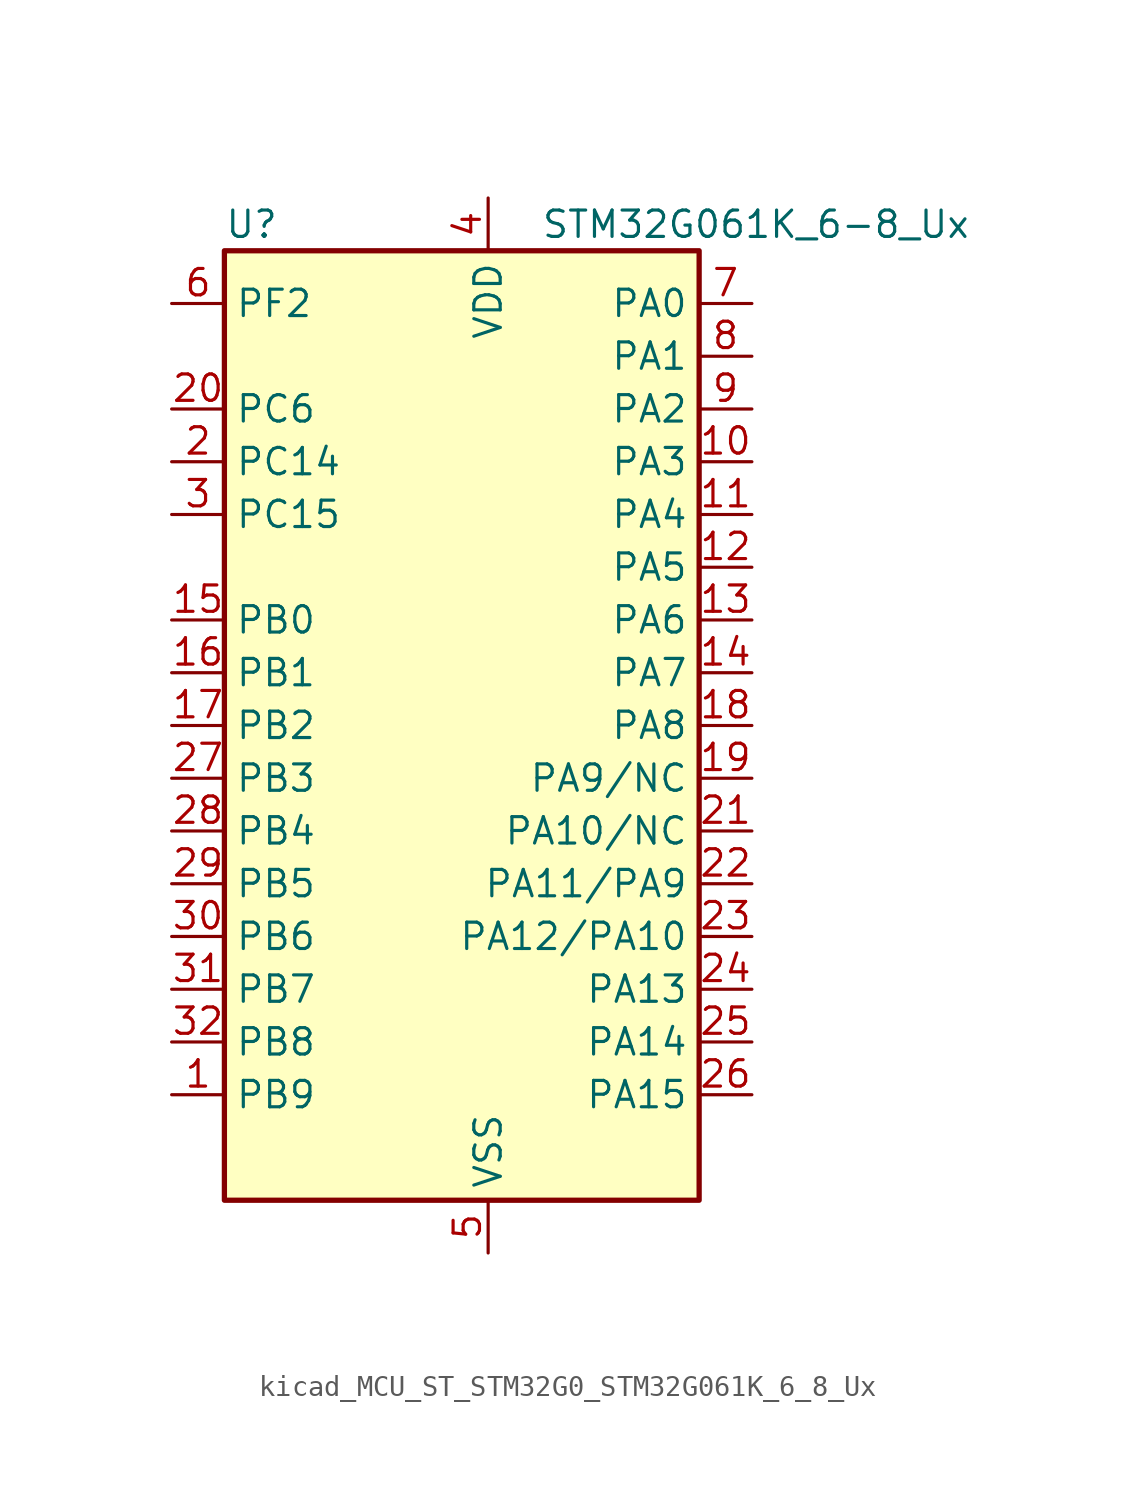
<source format=kicad_sym>
(kicad_symbol_lib
  (version 20220914)
  (generator kicad_symbol_editor)
  (symbol "kicad_MCU_ST_STM32G0_STM32G061K_6_8_Ux"
    (property "Reference" "U"
      (at -10.16 24.13 0)
      (effects (font (size 1.27 1.27)) (justify left)))
    (property "Value" "STM32G061K_6-8_Ux"
      (at 5.08 24.13 0)
      (effects (font (size 1.27 1.27)) (justify left)))
    (property "ki_locked" ""
      (at 0 0 0)
      (effects (font (size 1.27 1.27))))
    (symbol "kicad_MCU_ST_STM32G0_STM32G061K_6_8_Ux_0_1"
      (rectangle (start -10.16 -22.86) (end 12.7 22.86) (stroke (width 0.254) (type default)) (fill (type background))))
    (symbol "kicad_MCU_ST_STM32G0_STM32G061K_6_8_Ux_1_1"
      (pin bidirectional line (at -12.7 -17.78 0) (length 2.54) (name "PB9" (effects (font (size 1.27 1.27)))) (number "1" (effects (font (size 1.27 1.27)))) (alternate "DAC1_EXTI9" bidirectional line) (alternate "I2C1_SDA" bidirectional line) (alternate "IR_OUT" bidirectional line) (alternate "SPI2_NSS" bidirectional line) (alternate "TIM17_CH1" bidirectional line))
      (pin bidirectional line (at 15.24 12.7 180) (length 2.54) (name "PA3" (effects (font (size 1.27 1.27)))) (number "10" (effects (font (size 1.27 1.27)))) (alternate "ADC1_IN3" bidirectional line) (alternate "COMP2_INP" bidirectional line) (alternate "LPUART1_RX" bidirectional line) (alternate "SPI2_MISO" bidirectional line) (alternate "TIM15_CH2" bidirectional line) (alternate "TIM2_CH4" bidirectional line) (alternate "USART2_RX" bidirectional line))
      (pin bidirectional line (at 15.24 10.16 180) (length 2.54) (name "PA4" (effects (font (size 1.27 1.27)))) (number "11" (effects (font (size 1.27 1.27)))) (alternate "ADC1_IN4" bidirectional line) (alternate "DAC1_OUT1" bidirectional line) (alternate "I2S1_WS" bidirectional line) (alternate "LPTIM2_OUT" bidirectional line) (alternate "RTC_OUT1" bidirectional line) (alternate "RTC_TAMP_IN1" bidirectional line) (alternate "RTC_TS" bidirectional line) (alternate "SPI1_NSS" bidirectional line) (alternate "SPI2_MOSI" bidirectional line) (alternate "SYS_WKUP2" bidirectional line) (alternate "TIM14_CH1" bidirectional line))
      (pin bidirectional line (at 15.24 7.62 180) (length 2.54) (name "PA5" (effects (font (size 1.27 1.27)))) (number "12" (effects (font (size 1.27 1.27)))) (alternate "ADC1_IN5" bidirectional line) (alternate "DAC1_OUT2" bidirectional line) (alternate "I2S1_CK" bidirectional line) (alternate "LPTIM2_ETR" bidirectional line) (alternate "SPI1_SCK" bidirectional line) (alternate "TIM2_CH1" bidirectional line) (alternate "TIM2_ETR" bidirectional line))
      (pin bidirectional line (at 15.24 5.08 180) (length 2.54) (name "PA6" (effects (font (size 1.27 1.27)))) (number "13" (effects (font (size 1.27 1.27)))) (alternate "ADC1_IN6" bidirectional line) (alternate "COMP1_OUT" bidirectional line) (alternate "I2S1_MCK" bidirectional line) (alternate "LPUART1_CTS" bidirectional line) (alternate "SPI1_MISO" bidirectional line) (alternate "TIM16_CH1" bidirectional line) (alternate "TIM1_BK" bidirectional line) (alternate "TIM3_CH1" bidirectional line))
      (pin bidirectional line (at 15.24 2.54 180) (length 2.54) (name "PA7" (effects (font (size 1.27 1.27)))) (number "14" (effects (font (size 1.27 1.27)))) (alternate "ADC1_IN7" bidirectional line) (alternate "COMP2_OUT" bidirectional line) (alternate "I2S1_SD" bidirectional line) (alternate "SPI1_MOSI" bidirectional line) (alternate "TIM14_CH1" bidirectional line) (alternate "TIM17_CH1" bidirectional line) (alternate "TIM1_CH1N" bidirectional line) (alternate "TIM3_CH2" bidirectional line))
      (pin bidirectional line (at -12.7 5.08 0) (length 2.54) (name "PB0" (effects (font (size 1.27 1.27)))) (number "15" (effects (font (size 1.27 1.27)))) (alternate "ADC1_IN8" bidirectional line) (alternate "COMP1_OUT" bidirectional line) (alternate "I2S1_WS" bidirectional line) (alternate "LPTIM1_OUT" bidirectional line) (alternate "SPI1_NSS" bidirectional line) (alternate "TIM1_CH2N" bidirectional line) (alternate "TIM3_CH3" bidirectional line))
      (pin bidirectional line (at -12.7 2.54 0) (length 2.54) (name "PB1" (effects (font (size 1.27 1.27)))) (number "16" (effects (font (size 1.27 1.27)))) (alternate "ADC1_IN9" bidirectional line) (alternate "COMP1_INM" bidirectional line) (alternate "LPTIM2_IN1" bidirectional line) (alternate "LPUART1_DE" bidirectional line) (alternate "LPUART1_RTS" bidirectional line) (alternate "TIM14_CH1" bidirectional line) (alternate "TIM1_CH3N" bidirectional line) (alternate "TIM3_CH4" bidirectional line))
      (pin bidirectional line (at -12.7 0 0) (length 2.54) (name "PB2" (effects (font (size 1.27 1.27)))) (number "17" (effects (font (size 1.27 1.27)))) (alternate "ADC1_IN10" bidirectional line) (alternate "COMP1_INP" bidirectional line) (alternate "LPTIM1_OUT" bidirectional line) (alternate "SPI2_MISO" bidirectional line))
      (pin bidirectional line (at 15.24 0 180) (length 2.54) (name "PA8" (effects (font (size 1.27 1.27)))) (number "18" (effects (font (size 1.27 1.27)))) (alternate "LPTIM2_OUT" bidirectional line) (alternate "RCC_MCO" bidirectional line) (alternate "SPI2_NSS" bidirectional line) (alternate "TIM1_CH1" bidirectional line))
      (pin bidirectional line (at 15.24 -2.54 180) (length 2.54) (name "PA9/NC" (effects (font (size 1.27 1.27)))) (number "19" (effects (font (size 1.27 1.27)))) (alternate "DAC1_EXTI9" bidirectional line) (alternate "I2C1_SCL" bidirectional line) (alternate "RCC_MCO" bidirectional line) (alternate "SPI2_MISO" bidirectional line) (alternate "TIM15_BK" bidirectional line) (alternate "TIM1_CH2" bidirectional line) (alternate "USART1_TX" bidirectional line))
      (pin bidirectional line (at -12.7 12.7 0) (length 2.54) (name "PC14" (effects (font (size 1.27 1.27)))) (number "2" (effects (font (size 1.27 1.27)))) (alternate "RCC_OSC32_IN" bidirectional line) (alternate "RCC_OSC_IN" bidirectional line) (alternate "TIM1_BK2" bidirectional line))
      (pin bidirectional line (at -12.7 15.24 0) (length 2.54) (name "PC6" (effects (font (size 1.27 1.27)))) (number "20" (effects (font (size 1.27 1.27)))) (alternate "TIM2_CH3" bidirectional line) (alternate "TIM3_CH1" bidirectional line))
      (pin bidirectional line (at 15.24 -5.08 180) (length 2.54) (name "PA10/NC" (effects (font (size 1.27 1.27)))) (number "21" (effects (font (size 1.27 1.27)))) (alternate "I2C1_SDA" bidirectional line) (alternate "SPI2_MOSI" bidirectional line) (alternate "TIM17_BK" bidirectional line) (alternate "TIM1_CH3" bidirectional line) (alternate "USART1_RX" bidirectional line))
      (pin bidirectional line (at 15.24 -7.62 180) (length 2.54) (name "PA11/PA9" (effects (font (size 1.27 1.27)))) (number "22" (effects (font (size 1.27 1.27)))) (alternate "ADC1_EXTI11" bidirectional line) (alternate "ADC1_IN15" bidirectional line) (alternate "COMP1_OUT" bidirectional line) (alternate "I2C2_SCL" bidirectional line) (alternate "I2S1_MCK" bidirectional line) (alternate "SPI1_MISO" bidirectional line) (alternate "TIM1_BK2" bidirectional line) (alternate "TIM1_CH4" bidirectional line) (alternate "USART1_CTS" bidirectional line) (alternate "USART1_NSS" bidirectional line))
      (pin bidirectional line (at 15.24 -10.16 180) (length 2.54) (name "PA12/PA10" (effects (font (size 1.27 1.27)))) (number "23" (effects (font (size 1.27 1.27)))) (alternate "ADC1_IN16" bidirectional line) (alternate "COMP2_OUT" bidirectional line) (alternate "I2C2_SDA" bidirectional line) (alternate "I2S1_SD" bidirectional line) (alternate "I2S_CKIN" bidirectional line) (alternate "SPI1_MOSI" bidirectional line) (alternate "TIM1_ETR" bidirectional line) (alternate "USART1_CK" bidirectional line) (alternate "USART1_DE" bidirectional line) (alternate "USART1_RTS" bidirectional line))
      (pin bidirectional line (at 15.24 -12.7 180) (length 2.54) (name "PA13" (effects (font (size 1.27 1.27)))) (number "24" (effects (font (size 1.27 1.27)))) (alternate "ADC1_IN17" bidirectional line) (alternate "IR_OUT" bidirectional line) (alternate "SYS_SWDIO" bidirectional line))
      (pin bidirectional line (at 15.24 -15.24 180) (length 2.54) (name "PA14" (effects (font (size 1.27 1.27)))) (number "25" (effects (font (size 1.27 1.27)))) (alternate "ADC1_IN18" bidirectional line) (alternate "SYS_SWCLK" bidirectional line) (alternate "USART2_TX" bidirectional line))
      (pin bidirectional line (at 15.24 -17.78 180) (length 2.54) (name "PA15" (effects (font (size 1.27 1.27)))) (number "26" (effects (font (size 1.27 1.27)))) (alternate "I2S1_WS" bidirectional line) (alternate "SPI1_NSS" bidirectional line) (alternate "TIM2_CH1" bidirectional line) (alternate "TIM2_ETR" bidirectional line) (alternate "USART2_RX" bidirectional line))
      (pin bidirectional line (at -12.7 -2.54 0) (length 2.54) (name "PB3" (effects (font (size 1.27 1.27)))) (number "27" (effects (font (size 1.27 1.27)))) (alternate "COMP2_INM" bidirectional line) (alternate "I2S1_CK" bidirectional line) (alternate "SPI1_SCK" bidirectional line) (alternate "TIM1_CH2" bidirectional line) (alternate "TIM2_CH2" bidirectional line) (alternate "USART1_CK" bidirectional line) (alternate "USART1_DE" bidirectional line) (alternate "USART1_RTS" bidirectional line))
      (pin bidirectional line (at -12.7 -5.08 0) (length 2.54) (name "PB4" (effects (font (size 1.27 1.27)))) (number "28" (effects (font (size 1.27 1.27)))) (alternate "COMP2_INP" bidirectional line) (alternate "I2S1_MCK" bidirectional line) (alternate "SPI1_MISO" bidirectional line) (alternate "TIM17_BK" bidirectional line) (alternate "TIM3_CH1" bidirectional line) (alternate "USART1_CTS" bidirectional line) (alternate "USART1_NSS" bidirectional line))
      (pin bidirectional line (at -12.7 -7.62 0) (length 2.54) (name "PB5" (effects (font (size 1.27 1.27)))) (number "29" (effects (font (size 1.27 1.27)))) (alternate "COMP2_OUT" bidirectional line) (alternate "I2C1_SMBA" bidirectional line) (alternate "I2S1_SD" bidirectional line) (alternate "LPTIM1_IN1" bidirectional line) (alternate "SPI1_MOSI" bidirectional line) (alternate "SYS_WKUP6" bidirectional line) (alternate "TIM16_BK" bidirectional line) (alternate "TIM3_CH2" bidirectional line))
      (pin bidirectional line (at -12.7 10.16 0) (length 2.54) (name "PC15" (effects (font (size 1.27 1.27)))) (number "3" (effects (font (size 1.27 1.27)))) (alternate "RCC_OSC32_EN" bidirectional line) (alternate "RCC_OSC32_OUT" bidirectional line) (alternate "RCC_OSC_EN" bidirectional line) (alternate "TIM15_BK" bidirectional line))
      (pin bidirectional line (at -12.7 -10.16 0) (length 2.54) (name "PB6" (effects (font (size 1.27 1.27)))) (number "30" (effects (font (size 1.27 1.27)))) (alternate "COMP2_INP" bidirectional line) (alternate "I2C1_SCL" bidirectional line) (alternate "LPTIM1_ETR" bidirectional line) (alternate "SPI2_MISO" bidirectional line) (alternate "TIM16_CH1N" bidirectional line) (alternate "TIM1_CH3" bidirectional line) (alternate "USART1_TX" bidirectional line))
      (pin bidirectional line (at -12.7 -12.7 0) (length 2.54) (name "PB7" (effects (font (size 1.27 1.27)))) (number "31" (effects (font (size 1.27 1.27)))) (alternate "ADC1_IN11" bidirectional line) (alternate "COMP2_INM" bidirectional line) (alternate "I2C1_SDA" bidirectional line) (alternate "LPTIM1_IN2" bidirectional line) (alternate "SPI2_MOSI" bidirectional line) (alternate "SYS_PVD_IN" bidirectional line) (alternate "TIM17_CH1N" bidirectional line) (alternate "USART1_RX" bidirectional line))
      (pin bidirectional line (at -12.7 -15.24 0) (length 2.54) (name "PB8" (effects (font (size 1.27 1.27)))) (number "32" (effects (font (size 1.27 1.27)))) (alternate "I2C1_SCL" bidirectional line) (alternate "SPI2_SCK" bidirectional line) (alternate "TIM15_BK" bidirectional line) (alternate "TIM16_CH1" bidirectional line))
      (pin passive line (at 2.54 -25.4 90) (length 2.54) hide (name "VSS" (effects (font (size 1.27 1.27)))) (number "33" (effects (font (size 1.27 1.27)))))
      (pin power_in line (at 2.54 25.4 270) (length 2.54) (name "VDD" (effects (font (size 1.27 1.27)))) (number "4" (effects (font (size 1.27 1.27)))))
      (pin power_in line (at 2.54 -25.4 90) (length 2.54) (name "VSS" (effects (font (size 1.27 1.27)))) (number "5" (effects (font (size 1.27 1.27)))))
      (pin bidirectional line (at -12.7 20.32 0) (length 2.54) (name "PF2" (effects (font (size 1.27 1.27)))) (number "6" (effects (font (size 1.27 1.27)))) (alternate "RCC_MCO" bidirectional line))
      (pin bidirectional line (at 15.24 20.32 180) (length 2.54) (name "PA0" (effects (font (size 1.27 1.27)))) (number "7" (effects (font (size 1.27 1.27)))) (alternate "ADC1_IN0" bidirectional line) (alternate "COMP1_INM" bidirectional line) (alternate "COMP1_OUT" bidirectional line) (alternate "LPTIM1_OUT" bidirectional line) (alternate "RTC_TAMP_IN2" bidirectional line) (alternate "SPI2_SCK" bidirectional line) (alternate "SYS_WKUP1" bidirectional line) (alternate "TIM2_CH1" bidirectional line) (alternate "TIM2_ETR" bidirectional line) (alternate "USART2_CTS" bidirectional line) (alternate "USART2_NSS" bidirectional line))
      (pin bidirectional line (at 15.24 17.78 180) (length 2.54) (name "PA1" (effects (font (size 1.27 1.27)))) (number "8" (effects (font (size 1.27 1.27)))) (alternate "ADC1_IN1" bidirectional line) (alternate "COMP1_INP" bidirectional line) (alternate "I2C1_SMBA" bidirectional line) (alternate "I2S1_CK" bidirectional line) (alternate "SPI1_SCK" bidirectional line) (alternate "TIM15_CH1N" bidirectional line) (alternate "TIM2_CH2" bidirectional line) (alternate "USART2_CK" bidirectional line) (alternate "USART2_DE" bidirectional line) (alternate "USART2_RTS" bidirectional line))
      (pin bidirectional line (at 15.24 15.24 180) (length 2.54) (name "PA2" (effects (font (size 1.27 1.27)))) (number "9" (effects (font (size 1.27 1.27)))) (alternate "ADC1_IN2" bidirectional line) (alternate "COMP2_INM" bidirectional line) (alternate "COMP2_OUT" bidirectional line) (alternate "I2S1_SD" bidirectional line) (alternate "LPUART1_TX" bidirectional line) (alternate "RCC_LSCO" bidirectional line) (alternate "SPI1_MOSI" bidirectional line) (alternate "SYS_WKUP4" bidirectional line) (alternate "TIM15_CH1" bidirectional line) (alternate "TIM2_CH3" bidirectional line) (alternate "USART2_TX" bidirectional line)))))
</source>
